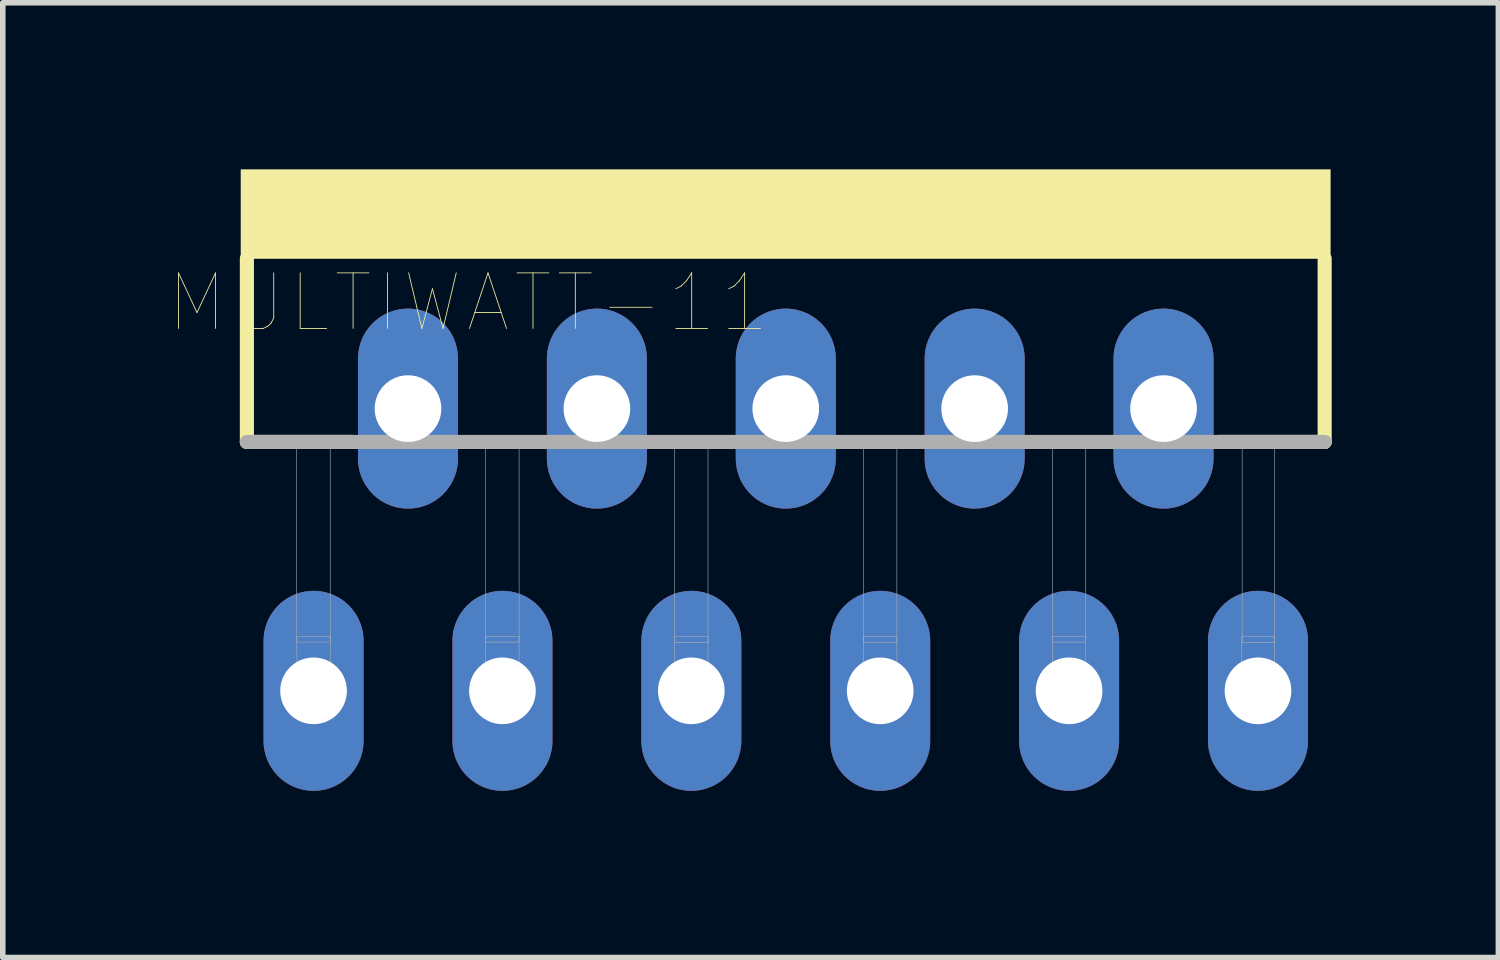
<source format=kicad_pcb>
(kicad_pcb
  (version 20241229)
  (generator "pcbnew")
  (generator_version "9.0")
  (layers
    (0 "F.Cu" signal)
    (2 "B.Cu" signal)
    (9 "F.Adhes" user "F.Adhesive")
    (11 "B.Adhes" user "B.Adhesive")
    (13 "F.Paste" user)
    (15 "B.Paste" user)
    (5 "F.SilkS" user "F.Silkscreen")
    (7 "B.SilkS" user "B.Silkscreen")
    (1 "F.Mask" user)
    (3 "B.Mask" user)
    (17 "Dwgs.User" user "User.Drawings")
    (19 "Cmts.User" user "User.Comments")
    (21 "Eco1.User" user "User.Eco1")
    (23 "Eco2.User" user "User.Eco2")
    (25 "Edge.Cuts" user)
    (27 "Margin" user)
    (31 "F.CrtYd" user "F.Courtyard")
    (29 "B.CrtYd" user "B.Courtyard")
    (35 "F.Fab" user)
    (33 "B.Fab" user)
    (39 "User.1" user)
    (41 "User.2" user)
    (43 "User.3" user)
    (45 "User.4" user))
  (footprint "MULTIWATT-11"
    (layer "F.Cu")
    (at 11.094 3.035)
    (property "Reference" "MULTIWATT-11" (at -5.717 -0.635 0) (layer "F.SilkS") (effects (font (size 1 1) (thickness 0.015))))
    (attr through_hole)
    (fp_line (start -9.7 1.87) (end -9.7 -1.43) (stroke (width 0.254) (type solid)) (layer "F.SilkS"))
    (fp_line (start -9.7 1.87) (end -7.8 1.87) (stroke (width 0.254) (type solid)) (layer "F.SilkS"))
    (fp_line (start 7.8 1.87) (end 9.7 1.87) (stroke (width 0.254) (type solid)) (layer "F.SilkS"))
    (fp_line (start 9.7 1.87) (end 9.7 -1.43) (stroke (width 0.254) (type solid)) (layer "F.SilkS"))
    (fp_poly (pts (xy -9.806 -3.03) (xy 9.8 -3.03) (xy 9.8 -1.431) (xy -9.806 -1.431)) (stroke (width 0.01) (type solid)) (fill yes) (layer "F.SilkS"))
    (fp_line (start -9.7 1.87) (end 9.7 1.87) (stroke (width 0.254) (type solid)) (layer "F.Fab"))
    (fp_poly (pts (xy -8.803 1.97) (xy -8.2 1.97) (xy -8.2 5.472) (xy -8.803 5.472)) (stroke (width 0.01) (type solid)) (fill no) (layer "F.Fab"))
    (fp_poly (pts (xy -8.8 5.37) (xy -8.2 5.37) (xy -8.2 6.57) (xy -8.8 6.57)) (stroke (width 0.01) (type solid)) (fill no) (layer "F.Fab"))
    (fp_poly (pts (xy -5.403 5.37) (xy -4.8 5.37) (xy -4.8 6.574) (xy -5.403 6.574)) (stroke (width 0.01) (type solid)) (fill no) (layer "F.Fab"))
    (fp_poly (pts (xy -5.403 1.97) (xy -4.8 1.97) (xy -4.8 5.473) (xy -5.403 5.473)) (stroke (width 0.01) (type solid)) (fill no) (layer "F.Fab"))
    (fp_poly (pts (xy -2.003 1.97) (xy -1.4 1.97) (xy -1.4 5.479) (xy -2.003 5.479)) (stroke (width 0.01) (type solid)) (fill no) (layer "F.Fab"))
    (fp_poly (pts (xy -2.002 5.37) (xy -1.4 5.37) (xy -1.4 6.578) (xy -2.002 6.578)) (stroke (width 0.01) (type solid)) (fill no) (layer "F.Fab"))
    (fp_poly (pts (xy 1.402 1.97) (xy 2 1.97) (xy 2 5.477) (xy 1.402 5.477)) (stroke (width 0.01) (type solid)) (fill no) (layer "F.Fab"))
    (fp_poly (pts (xy 1.402 5.37) (xy 2 5.37) (xy 2 6.58) (xy 1.402 6.58)) (stroke (width 0.01) (type solid)) (fill no) (layer "F.Fab"))
    (fp_poly (pts (xy 4.802 5.37) (xy 5.4 5.37) (xy 5.4 6.573) (xy 4.802 6.573)) (stroke (width 0.01) (type solid)) (fill no) (layer "F.Fab"))
    (fp_poly (pts (xy 4.803 1.97) (xy 5.4 1.97) (xy 5.4 5.473) (xy 4.803 5.473)) (stroke (width 0.01) (type solid)) (fill no) (layer "F.Fab"))
    (fp_poly (pts (xy 8.208 5.37) (xy 8.8 5.37) (xy 8.8 6.577) (xy 8.208 6.577)) (stroke (width 0.01) (type solid)) (fill no) (layer "F.Fab"))
    (fp_poly (pts (xy 8.215 1.97) (xy 8.8 1.97) (xy 8.8 5.48) (xy 8.215 5.48)) (stroke (width 0.01) (type solid)) (fill no) (layer "F.Fab"))
    (pad "1" thru_hole oval (at -8.5 6.35) (size 1.8 3.6) (drill 1.2) (layers "*.Cu" "*.Mask"))
    (pad "2" thru_hole oval (at -6.8 1.27) (size 1.8 3.6) (drill 1.2) (layers "*.Cu" "*.Mask"))
    (pad "3" thru_hole oval (at -5.1 6.35) (size 1.8 3.6) (drill 1.2) (layers "*.Cu" "*.Mask"))
    (pad "4" thru_hole oval (at -3.4 1.27) (size 1.8 3.6) (drill 1.2) (layers "*.Cu" "*.Mask"))
    (pad "5" thru_hole oval (at -1.7 6.35) (size 1.8 3.6) (drill 1.2) (layers "*.Cu" "*.Mask"))
    (pad "6" thru_hole oval (at 0 1.27) (size 1.8 3.6) (drill 1.2) (layers "*.Cu" "*.Mask"))
    (pad "7" thru_hole oval (at 1.7 6.35) (size 1.8 3.6) (drill 1.2) (layers "*.Cu" "*.Mask"))
    (pad "8" thru_hole oval (at 3.4 1.27) (size 1.8 3.6) (drill 1.2) (layers "*.Cu" "*.Mask"))
    (pad "9" thru_hole oval (at 5.1 6.35) (size 1.8 3.6) (drill 1.2) (layers "*.Cu" "*.Mask"))
    (pad "10" thru_hole oval (at 6.8 1.27) (size 1.8 3.6) (drill 1.2) (layers "*.Cu" "*.Mask"))
    (pad "11" thru_hole oval (at 8.5 6.35) (size 1.8 3.6) (drill 1.2) (layers "*.Cu" "*.Mask")))
  (gr_rect
    (start -3 -3)
    (end 23.921 14.185)
    (stroke (width 0.1) (type default))
    (fill no)
    (layer "Edge.Cuts")))
</source>
